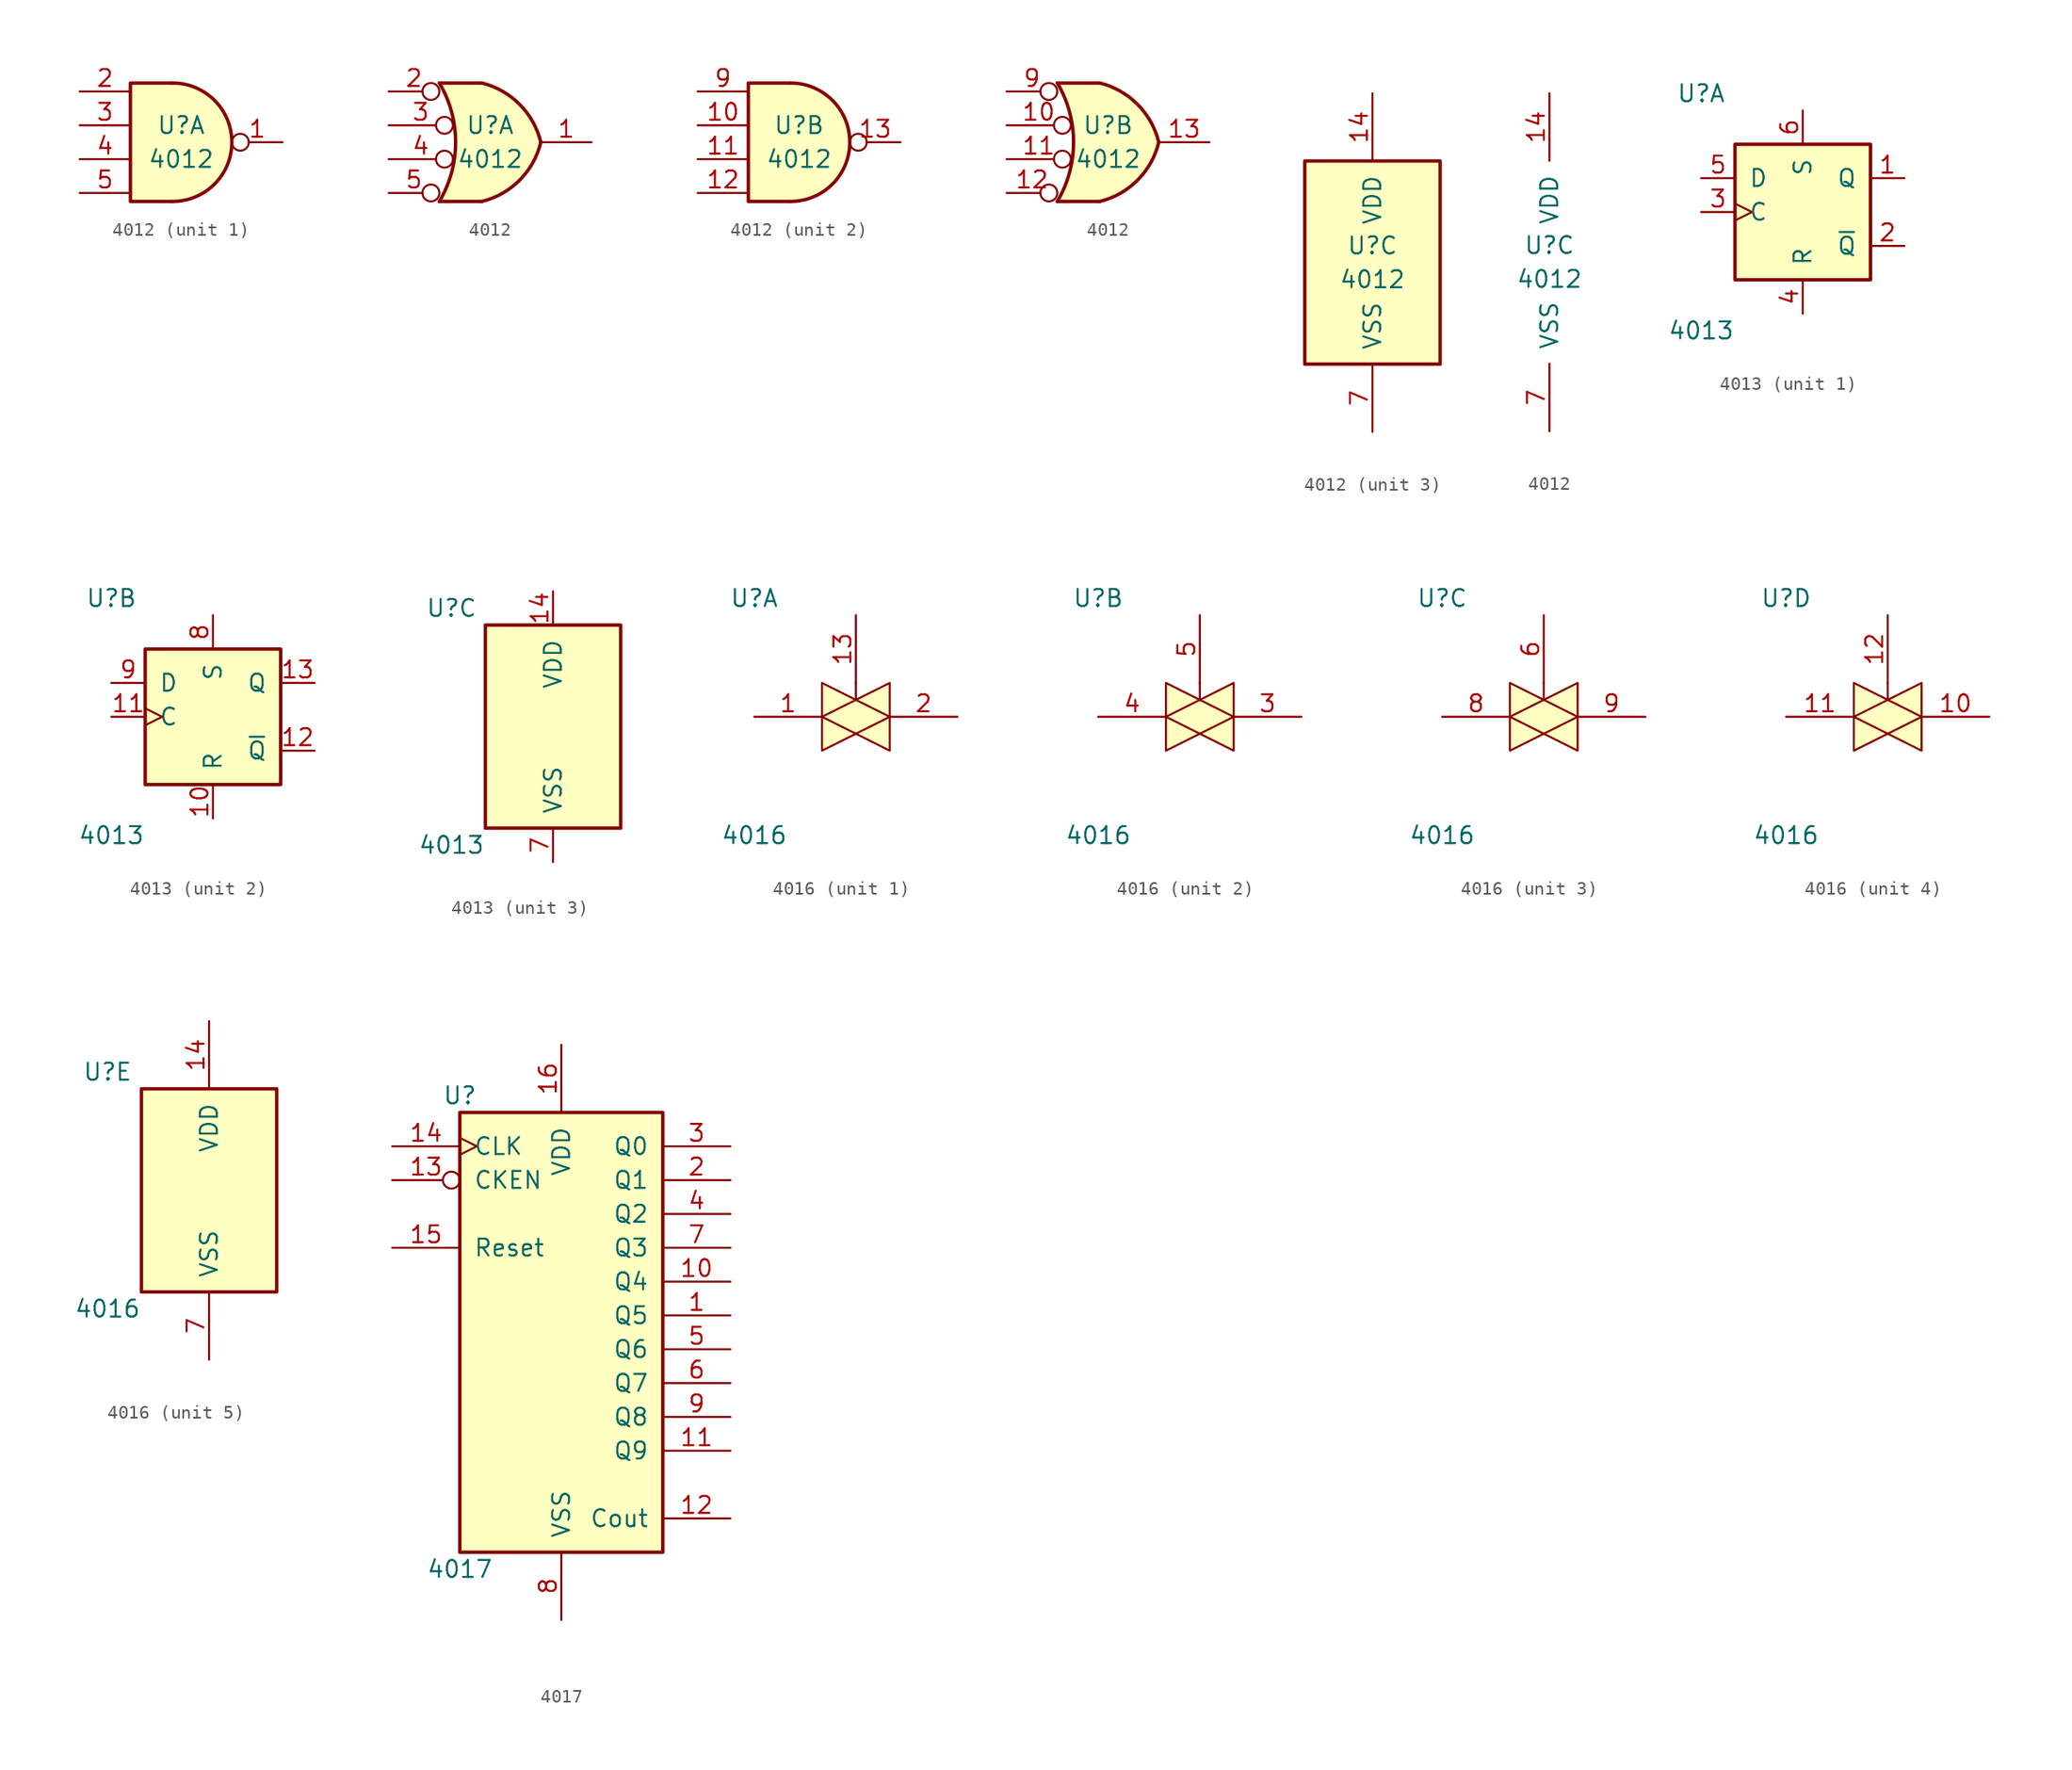
<source format=kicad_sym>
(kicad_symbol_lib
  (version 20220914)
  (generator kicad_symbol_editor)
  (symbol "4012"
    (pin_names
      (offset 1.016))
    (property "Reference" "U"
      (at 0 1.27 0)
      (effects (font (size 1.27 1.27))))
    (property "Value" "4012"
      (at 0 -1.27 0)
      (effects (font (size 1.27 1.27))))
    (property "ki_locked" ""
      (at 0 0 0)
      (effects (font (size 1.27 1.27))))
    (symbol "4012_1_1"
      (arc (start -0.635 -4.445) (mid 3.7907 0) (end -0.635 4.445) (stroke (width 0.254) (type default)) (fill (type background)))
      (polyline (pts (xy -0.635 4.445) (xy -3.81 4.445) (xy -3.81 -4.445) (xy -0.635 -4.445)) (stroke (width 0.254) (type default)) (fill (type background)))
      (pin output inverted (at 7.62 0 180) (length 3.81) (name "~" (effects (font (size 1.27 1.27)))) (number "1" (effects (font (size 1.27 1.27)))))
      (pin input line (at -7.62 3.81 0) (length 3.81) (name "~" (effects (font (size 1.27 1.27)))) (number "2" (effects (font (size 1.27 1.27)))))
      (pin input line (at -7.62 1.27 0) (length 3.81) (name "~" (effects (font (size 1.27 1.27)))) (number "3" (effects (font (size 1.27 1.27)))))
      (pin input line (at -7.62 -1.27 0) (length 3.81) (name "~" (effects (font (size 1.27 1.27)))) (number "4" (effects (font (size 1.27 1.27)))))
      (pin input line (at -7.62 -3.81 0) (length 3.81) (name "~" (effects (font (size 1.27 1.27)))) (number "5" (effects (font (size 1.27 1.27))))))
    (symbol "4012_1_2"
      (arc (start -3.81 -4.445) (mid -2.5908 0) (end -3.81 4.445) (stroke (width 0.254) (type default)) (fill (type none)))
      (arc (start -0.6096 -4.445) (mid 2.2246 -2.8422) (end 3.81 0) (stroke (width 0.254) (type default)) (fill (type background)))
      (polyline (pts (xy -3.81 -4.445) (xy -0.635 -4.445)) (stroke (width 0.254) (type default)) (fill (type background)))
      (polyline (pts (xy -3.81 4.445) (xy -0.635 4.445)) (stroke (width 0.254) (type default)) (fill (type background)))
      (polyline (pts (xy -0.635 4.445) (xy -3.81 4.445) (xy -3.81 4.445) (xy -3.632 4.089) (xy -3.099 2.921) (xy -2.769 1.676) (xy -2.616 0.432) (xy -2.642 -0.864) (xy -2.87 -2.108) (xy -3.251 -3.327) (xy -3.81 -4.445) (xy -3.81 -4.445) (xy -0.635 -4.445)) (stroke (width -25.4) (type default)) (fill (type background)))
      (arc (start 3.81 0) (mid 2.2204 2.8379) (end -0.6096 4.445) (stroke (width 0.254) (type default)) (fill (type background)))
      (pin output line (at 7.62 0 180) (length 3.81) (name "~" (effects (font (size 1.27 1.27)))) (number "1" (effects (font (size 1.27 1.27)))))
      (pin input inverted (at -7.62 3.81 0) (length 3.81) (name "~" (effects (font (size 1.27 1.27)))) (number "2" (effects (font (size 1.27 1.27)))))
      (pin input inverted (at -7.62 1.27 0) (length 4.826) (name "~" (effects (font (size 1.27 1.27)))) (number "3" (effects (font (size 1.27 1.27)))))
      (pin input inverted (at -7.62 -1.27 0) (length 4.826) (name "~" (effects (font (size 1.27 1.27)))) (number "4" (effects (font (size 1.27 1.27)))))
      (pin input inverted (at -7.62 -3.81 0) (length 3.81) (name "~" (effects (font (size 1.27 1.27)))) (number "5" (effects (font (size 1.27 1.27))))))
    (symbol "4012_2_1"
      (arc (start -0.635 -4.445) (mid 3.7907 0) (end -0.635 4.445) (stroke (width 0.254) (type default)) (fill (type background)))
      (polyline (pts (xy -0.635 4.445) (xy -3.81 4.445) (xy -3.81 -4.445) (xy -0.635 -4.445)) (stroke (width 0.254) (type default)) (fill (type background)))
      (pin input line (at -7.62 1.27 0) (length 3.81) (name "~" (effects (font (size 1.27 1.27)))) (number "10" (effects (font (size 1.27 1.27)))))
      (pin input line (at -7.62 -1.27 0) (length 3.81) (name "~" (effects (font (size 1.27 1.27)))) (number "11" (effects (font (size 1.27 1.27)))))
      (pin input line (at -7.62 -3.81 0) (length 3.81) (name "~" (effects (font (size 1.27 1.27)))) (number "12" (effects (font (size 1.27 1.27)))))
      (pin output inverted (at 7.62 0 180) (length 3.81) (name "~" (effects (font (size 1.27 1.27)))) (number "13" (effects (font (size 1.27 1.27)))))
      (pin input line (at -7.62 3.81 0) (length 3.81) (name "~" (effects (font (size 1.27 1.27)))) (number "9" (effects (font (size 1.27 1.27))))))
    (symbol "4012_2_2"
      (arc (start -3.81 -4.445) (mid -2.5908 0) (end -3.81 4.445) (stroke (width 0.254) (type default)) (fill (type none)))
      (arc (start -0.6096 -4.445) (mid 2.2246 -2.8422) (end 3.81 0) (stroke (width 0.254) (type default)) (fill (type background)))
      (polyline (pts (xy -3.81 -4.445) (xy -0.635 -4.445)) (stroke (width 0.254) (type default)) (fill (type background)))
      (polyline (pts (xy -3.81 4.445) (xy -0.635 4.445)) (stroke (width 0.254) (type default)) (fill (type background)))
      (polyline (pts (xy -0.635 4.445) (xy -3.81 4.445) (xy -3.81 4.445) (xy -3.632 4.089) (xy -3.099 2.921) (xy -2.769 1.676) (xy -2.616 0.432) (xy -2.642 -0.864) (xy -2.87 -2.108) (xy -3.251 -3.327) (xy -3.81 -4.445) (xy -3.81 -4.445) (xy -0.635 -4.445)) (stroke (width -25.4) (type default)) (fill (type background)))
      (arc (start 3.81 0) (mid 2.2204 2.8379) (end -0.6096 4.445) (stroke (width 0.254) (type default)) (fill (type background)))
      (pin input inverted (at -7.62 1.27 0) (length 4.826) (name "~" (effects (font (size 1.27 1.27)))) (number "10" (effects (font (size 1.27 1.27)))))
      (pin input inverted (at -7.62 -1.27 0) (length 4.826) (name "~" (effects (font (size 1.27 1.27)))) (number "11" (effects (font (size 1.27 1.27)))))
      (pin input inverted (at -7.62 -3.81 0) (length 3.81) (name "~" (effects (font (size 1.27 1.27)))) (number "12" (effects (font (size 1.27 1.27)))))
      (pin output line (at 7.62 0 180) (length 3.81) (name "~" (effects (font (size 1.27 1.27)))) (number "13" (effects (font (size 1.27 1.27)))))
      (pin input inverted (at -7.62 3.81 0) (length 3.81) (name "~" (effects (font (size 1.27 1.27)))) (number "9" (effects (font (size 1.27 1.27))))))
    (symbol "4012_3_0"
      (pin power_in line (at 0 12.7 270) (length 5.08) (name "VDD" (effects (font (size 1.27 1.27)))) (number "14" (effects (font (size 1.27 1.27)))))
      (pin power_in line (at 0 -12.7 90) (length 5.08) (name "VSS" (effects (font (size 1.27 1.27)))) (number "7" (effects (font (size 1.27 1.27))))))
    (symbol "4012_3_1"
      (rectangle (start -5.08 7.62) (end 5.08 -7.62) (stroke (width 0.254) (type default)) (fill (type background)))))
  (symbol "4013"
    (pin_names
      (offset 1.016))
    (property "Reference" "U"
      (at -7.62 8.89 0)
      (effects (font (size 1.27 1.27))))
    (property "Value" "4013"
      (at -7.62 -8.89 0)
      (effects (font (size 1.27 1.27))))
    (property "ki_locked" ""
      (at 0 0 0)
      (effects (font (size 1.27 1.27))))
    (symbol "4013_1_1"
      (rectangle (start -5.08 5.08) (end 5.08 -5.08) (stroke (width 0.254) (type default)) (fill (type background)))
      (pin output line (at 7.62 2.54 180) (length 2.54) (name "Q" (effects (font (size 1.27 1.27)))) (number "1" (effects (font (size 1.27 1.27)))))
      (pin output line (at 7.62 -2.54 180) (length 2.54) (name "~{Q}" (effects (font (size 1.27 1.27)))) (number "2" (effects (font (size 1.27 1.27)))))
      (pin input clock (at -7.62 0 0) (length 2.54) (name "C" (effects (font (size 1.27 1.27)))) (number "3" (effects (font (size 1.27 1.27)))))
      (pin input line (at 0 -7.62 90) (length 2.54) (name "R" (effects (font (size 1.27 1.27)))) (number "4" (effects (font (size 1.27 1.27)))))
      (pin input line (at -7.62 2.54 0) (length 2.54) (name "D" (effects (font (size 1.27 1.27)))) (number "5" (effects (font (size 1.27 1.27)))))
      (pin input line (at 0 7.62 270) (length 2.54) (name "S" (effects (font (size 1.27 1.27)))) (number "6" (effects (font (size 1.27 1.27))))))
    (symbol "4013_2_1"
      (rectangle (start -5.08 5.08) (end 5.08 -5.08) (stroke (width 0.254) (type default)) (fill (type background)))
      (pin input line (at 0 -7.62 90) (length 2.54) (name "R" (effects (font (size 1.27 1.27)))) (number "10" (effects (font (size 1.27 1.27)))))
      (pin input clock (at -7.62 0 0) (length 2.54) (name "C" (effects (font (size 1.27 1.27)))) (number "11" (effects (font (size 1.27 1.27)))))
      (pin output line (at 7.62 -2.54 180) (length 2.54) (name "~{Q}" (effects (font (size 1.27 1.27)))) (number "12" (effects (font (size 1.27 1.27)))))
      (pin output line (at 7.62 2.54 180) (length 2.54) (name "Q" (effects (font (size 1.27 1.27)))) (number "13" (effects (font (size 1.27 1.27)))))
      (pin input line (at 0 7.62 270) (length 2.54) (name "S" (effects (font (size 1.27 1.27)))) (number "8" (effects (font (size 1.27 1.27)))))
      (pin input line (at -7.62 2.54 0) (length 2.54) (name "D" (effects (font (size 1.27 1.27)))) (number "9" (effects (font (size 1.27 1.27))))))
    (symbol "4013_3_0"
      (pin power_in line (at 0 10.16 270) (length 2.54) (name "VDD" (effects (font (size 1.27 1.27)))) (number "14" (effects (font (size 1.27 1.27)))))
      (pin power_in line (at 0 -10.16 90) (length 2.54) (name "VSS" (effects (font (size 1.27 1.27)))) (number "7" (effects (font (size 1.27 1.27))))))
    (symbol "4013_3_1"
      (rectangle (start -5.08 7.62) (end 5.08 -7.62) (stroke (width 0.254) (type default)) (fill (type background)))))
  (symbol "4016"
    (pin_names
      (offset 1.016))
    (property "Reference" "U"
      (at -7.62 8.89 0)
      (effects (font (size 1.27 1.27))))
    (property "Value" "4016"
      (at -7.62 -8.89 0)
      (effects (font (size 1.27 1.27))))
    (property "ki_locked" ""
      (at 0 0 0)
      (effects (font (size 1.27 1.27))))
    (symbol "4016_1_0"
      (polyline (pts (xy 0 1.27) (xy 0 2.54)) (stroke (width 0.152) (type default)) (fill (type none)))
      (polyline (pts (xy -2.54 0) (xy 2.54 2.54) (xy 2.54 -2.54) (xy -2.54 0)) (stroke (width 0) (type default)) (fill (type background)))
      (polyline (pts (xy -2.54 2.54) (xy 2.54 0) (xy -2.54 -2.54) (xy -2.54 2.54)) (stroke (width 0) (type default)) (fill (type background)))
      (pin passive line (at -7.62 0 0) (length 5.08) (name "~" (effects (font (size 1.27 1.27)))) (number "1" (effects (font (size 1.27 1.27)))))
      (pin input line (at 0 7.62 270) (length 5.08) (name "~" (effects (font (size 1.27 1.27)))) (number "13" (effects (font (size 1.27 1.27)))))
      (pin passive line (at 7.62 0 180) (length 5.08) (name "~" (effects (font (size 1.27 1.27)))) (number "2" (effects (font (size 1.27 1.27))))))
    (symbol "4016_2_0"
      (polyline (pts (xy 0 1.27) (xy 0 2.54)) (stroke (width 0.152) (type default)) (fill (type none)))
      (polyline (pts (xy -2.54 0) (xy 2.54 2.54) (xy 2.54 -2.54) (xy -2.54 0)) (stroke (width 0) (type default)) (fill (type background)))
      (polyline (pts (xy -2.54 2.54) (xy 2.54 0) (xy -2.54 -2.54) (xy -2.54 2.54)) (stroke (width 0) (type default)) (fill (type background)))
      (pin passive line (at 7.62 0 180) (length 5.08) (name "~" (effects (font (size 1.27 1.27)))) (number "3" (effects (font (size 1.27 1.27)))))
      (pin passive line (at -7.62 0 0) (length 5.08) (name "~" (effects (font (size 1.27 1.27)))) (number "4" (effects (font (size 1.27 1.27)))))
      (pin input line (at 0 7.62 270) (length 5.08) (name "~" (effects (font (size 1.27 1.27)))) (number "5" (effects (font (size 1.27 1.27))))))
    (symbol "4016_3_0"
      (polyline (pts (xy 0 1.27) (xy 0 2.54)) (stroke (width 0.152) (type default)) (fill (type none)))
      (polyline (pts (xy -2.54 0) (xy 2.54 2.54) (xy 2.54 -2.54) (xy -2.54 0)) (stroke (width 0) (type default)) (fill (type background)))
      (polyline (pts (xy -2.54 2.54) (xy 2.54 0) (xy -2.54 -2.54) (xy -2.54 2.54)) (stroke (width 0) (type default)) (fill (type background)))
      (pin input line (at 0 7.62 270) (length 5.08) (name "~" (effects (font (size 1.27 1.27)))) (number "6" (effects (font (size 1.27 1.27)))))
      (pin passive line (at -7.62 0 0) (length 5.08) (name "~" (effects (font (size 1.27 1.27)))) (number "8" (effects (font (size 1.27 1.27)))))
      (pin passive line (at 7.62 0 180) (length 5.08) (name "~" (effects (font (size 1.27 1.27)))) (number "9" (effects (font (size 1.27 1.27))))))
    (symbol "4016_4_0"
      (polyline (pts (xy 0 1.27) (xy 0 2.54)) (stroke (width 0.152) (type default)) (fill (type none)))
      (polyline (pts (xy -2.54 0) (xy 2.54 2.54) (xy 2.54 -2.54) (xy -2.54 0)) (stroke (width 0) (type default)) (fill (type background)))
      (polyline (pts (xy -2.54 2.54) (xy 2.54 0) (xy -2.54 -2.54) (xy -2.54 2.54)) (stroke (width 0) (type default)) (fill (type background)))
      (pin passive line (at 7.62 0 180) (length 5.08) (name "~" (effects (font (size 1.27 1.27)))) (number "10" (effects (font (size 1.27 1.27)))))
      (pin passive line (at -7.62 0 0) (length 5.08) (name "~" (effects (font (size 1.27 1.27)))) (number "11" (effects (font (size 1.27 1.27)))))
      (pin input line (at 0 7.62 270) (length 5.08) (name "~" (effects (font (size 1.27 1.27)))) (number "12" (effects (font (size 1.27 1.27))))))
    (symbol "4016_5_0"
      (pin power_in line (at 0 12.7 270) (length 5.08) (name "VDD" (effects (font (size 1.27 1.27)))) (number "14" (effects (font (size 1.27 1.27)))))
      (pin power_in line (at 0 -12.7 90) (length 5.08) (name "VSS" (effects (font (size 1.27 1.27)))) (number "7" (effects (font (size 1.27 1.27))))))
    (symbol "4016_5_1"
      (rectangle (start -5.08 7.62) (end 5.08 -7.62) (stroke (width 0.254) (type default)) (fill (type background)))))
  (symbol "4017"
    (pin_names
      (offset 1.016))
    (property "Reference" "U"
      (at -7.62 16.51 0)
      (effects (font (size 1.27 1.27))))
    (property "Value" "4017"
      (at -7.62 -19.05 0)
      (effects (font (size 1.27 1.27))))
    (property "ki_locked" ""
      (at 0 0 0)
      (effects (font (size 1.27 1.27))))
    (symbol "4017_1_0"
      (pin output line (at 12.7 0 180) (length 5.08) (name "Q5" (effects (font (size 1.27 1.27)))) (number "1" (effects (font (size 1.27 1.27)))))
      (pin output line (at 12.7 2.54 180) (length 5.08) (name "Q4" (effects (font (size 1.27 1.27)))) (number "10" (effects (font (size 1.27 1.27)))))
      (pin output line (at 12.7 -10.16 180) (length 5.08) (name "Q9" (effects (font (size 1.27 1.27)))) (number "11" (effects (font (size 1.27 1.27)))))
      (pin output line (at 12.7 -15.24 180) (length 5.08) (name "Cout" (effects (font (size 1.27 1.27)))) (number "12" (effects (font (size 1.27 1.27)))))
      (pin input inverted (at -12.7 10.16 0) (length 5.08) (name "CKEN" (effects (font (size 1.27 1.27)))) (number "13" (effects (font (size 1.27 1.27)))))
      (pin input clock (at -12.7 12.7 0) (length 5.08) (name "CLK" (effects (font (size 1.27 1.27)))) (number "14" (effects (font (size 1.27 1.27)))))
      (pin input line (at -12.7 5.08 0) (length 5.08) (name "Reset" (effects (font (size 1.27 1.27)))) (number "15" (effects (font (size 1.27 1.27)))))
      (pin power_in line (at 0 20.32 270) (length 5.08) (name "VDD" (effects (font (size 1.27 1.27)))) (number "16" (effects (font (size 1.27 1.27)))))
      (pin output line (at 12.7 10.16 180) (length 5.08) (name "Q1" (effects (font (size 1.27 1.27)))) (number "2" (effects (font (size 1.27 1.27)))))
      (pin output line (at 12.7 12.7 180) (length 5.08) (name "Q0" (effects (font (size 1.27 1.27)))) (number "3" (effects (font (size 1.27 1.27)))))
      (pin output line (at 12.7 7.62 180) (length 5.08) (name "Q2" (effects (font (size 1.27 1.27)))) (number "4" (effects (font (size 1.27 1.27)))))
      (pin output line (at 12.7 -2.54 180) (length 5.08) (name "Q6" (effects (font (size 1.27 1.27)))) (number "5" (effects (font (size 1.27 1.27)))))
      (pin output line (at 12.7 -5.08 180) (length 5.08) (name "Q7" (effects (font (size 1.27 1.27)))) (number "6" (effects (font (size 1.27 1.27)))))
      (pin output line (at 12.7 5.08 180) (length 5.08) (name "Q3" (effects (font (size 1.27 1.27)))) (number "7" (effects (font (size 1.27 1.27)))))
      (pin power_in line (at 0 -22.86 90) (length 5.08) (name "VSS" (effects (font (size 1.27 1.27)))) (number "8" (effects (font (size 1.27 1.27)))))
      (pin output line (at 12.7 -7.62 180) (length 5.08) (name "Q8" (effects (font (size 1.27 1.27)))) (number "9" (effects (font (size 1.27 1.27))))))
    (symbol "4017_1_1"
      (rectangle (start -7.62 15.24) (end 7.62 -17.78) (stroke (width 0.254) (type default)) (fill (type background))))))
</source>
